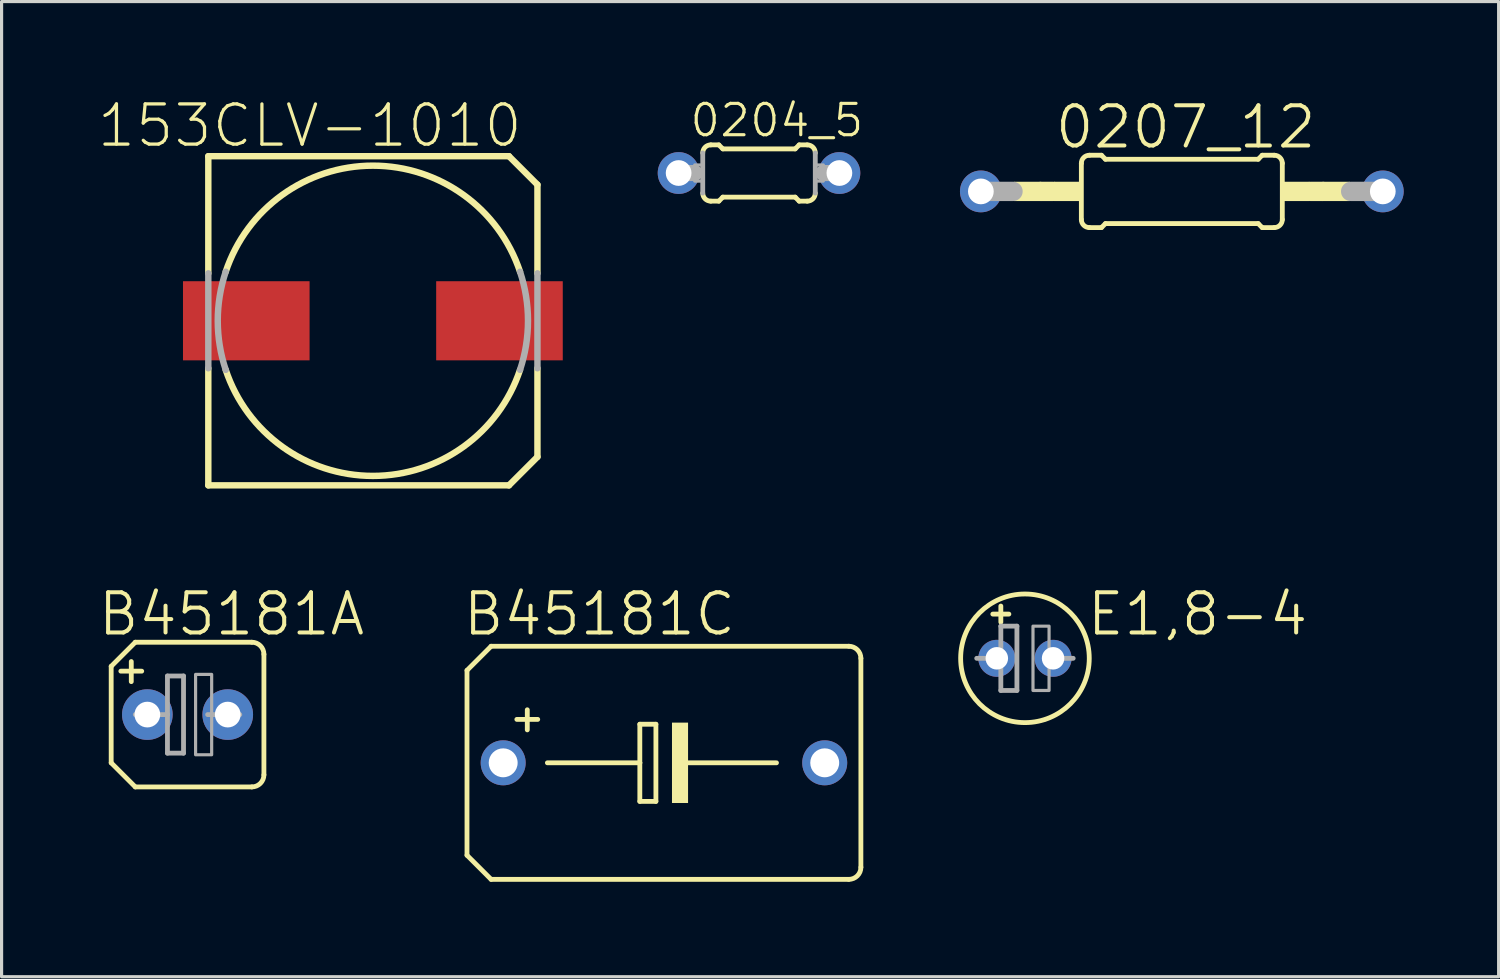
<source format=kicad_pcb>
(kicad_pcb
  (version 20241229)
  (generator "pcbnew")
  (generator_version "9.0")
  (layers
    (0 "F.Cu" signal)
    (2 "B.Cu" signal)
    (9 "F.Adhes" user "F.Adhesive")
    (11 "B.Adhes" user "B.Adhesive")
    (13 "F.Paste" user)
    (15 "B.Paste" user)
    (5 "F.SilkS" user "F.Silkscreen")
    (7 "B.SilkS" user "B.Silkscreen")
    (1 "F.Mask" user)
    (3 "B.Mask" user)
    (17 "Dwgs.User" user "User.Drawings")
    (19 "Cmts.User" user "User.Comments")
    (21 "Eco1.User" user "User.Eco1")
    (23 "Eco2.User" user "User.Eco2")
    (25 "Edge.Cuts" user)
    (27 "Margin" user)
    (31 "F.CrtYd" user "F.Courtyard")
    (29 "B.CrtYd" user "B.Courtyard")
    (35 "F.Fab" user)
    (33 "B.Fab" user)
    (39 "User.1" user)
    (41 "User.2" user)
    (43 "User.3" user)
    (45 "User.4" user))
  (footprint "0204_5"
    (layer "F.Cu")
    (at 20.933 2.417)
    (property "Reference" "0204_5" (at 0.564 -1.664 0) (layer "F.SilkS") (effects (font (size 0.991 0.991) (thickness 0.099))))
    (attr through_hole)
    (fp_line (start -1.524 -0.889) (end -1.27 -0.889) (stroke (width 0.152) (type solid)) (layer "F.SilkS"))
    (fp_line (start -1.524 0.889) (end -1.27 0.889) (stroke (width 0.152) (type solid)) (layer "F.SilkS"))
    (fp_line (start -1.143 -0.762) (end -1.27 -0.889) (stroke (width 0.152) (type solid)) (layer "F.SilkS"))
    (fp_line (start -1.143 0.762) (end -1.27 0.889) (stroke (width 0.152) (type solid)) (layer "F.SilkS"))
    (fp_line (start 1.143 -0.762) (end -1.143 -0.762) (stroke (width 0.152) (type solid)) (layer "F.SilkS"))
    (fp_line (start 1.143 -0.762) (end 1.27 -0.889) (stroke (width 0.152) (type solid)) (layer "F.SilkS"))
    (fp_line (start 1.143 0.762) (end -1.143 0.762) (stroke (width 0.152) (type solid)) (layer "F.SilkS"))
    (fp_line (start 1.143 0.762) (end 1.27 0.889) (stroke (width 0.152) (type solid)) (layer "F.SilkS"))
    (fp_line (start 1.524 -0.889) (end 1.27 -0.889) (stroke (width 0.152) (type solid)) (layer "F.SilkS"))
    (fp_line (start 1.524 0.889) (end 1.27 0.889) (stroke (width 0.152) (type solid)) (layer "F.SilkS"))
    (fp_arc (start -1.778 -0.635) (mid -1.703605 -0.814605) (end -1.524 -0.889) (stroke (width 0.1524) (type solid)) (layer "F.SilkS"))
    (fp_arc (start -1.524 0.889) (mid -1.703605 0.814605) (end -1.778 0.635) (stroke (width 0.1524) (type solid)) (layer "F.SilkS"))
    (fp_arc (start 1.524 -0.889) (mid 1.703605 -0.814605) (end 1.778 -0.635) (stroke (width 0.1524) (type solid)) (layer "F.SilkS"))
    (fp_arc (start 1.778 0.635) (mid 1.703605 0.814605) (end 1.524 0.889) (stroke (width 0.1524) (type solid)) (layer "F.SilkS"))
    (fp_line (start -2.54 0) (end -2.032 0) (stroke (width 0.508) (type solid)) (layer "F.Fab"))
    (fp_line (start -1.778 0.635) (end -1.778 -0.635) (stroke (width 0.152) (type solid)) (layer "F.Fab"))
    (fp_line (start 1.778 0.635) (end 1.778 -0.635) (stroke (width 0.152) (type solid)) (layer "F.Fab"))
    (fp_line (start 2.54 0) (end 2.032 0) (stroke (width 0.508) (type solid)) (layer "F.Fab"))
    (fp_poly (pts (xy -2.032 -0.254) (xy -1.778 -0.254) (xy -1.778 0.254) (xy -2.032 0.254)) (stroke (width 0.1) (type solid)) (fill no) (layer "F.Fab"))
    (fp_poly (pts (xy 1.778 -0.254) (xy 2.032 -0.254) (xy 2.032 0.254) (xy 1.778 0.254)) (stroke (width 0.1) (type solid)) (fill no) (layer "F.Fab"))
    (pad "1" thru_hole circle (at -2.54 0) (size 1.321 1.321) (drill 0.813) (layers "*.Cu" "*.Mask"))
    (pad "2" thru_hole circle (at 2.54 0) (size 1.321 1.321) (drill 0.813) (layers "*.Cu" "*.Mask")))
  (footprint "153CLV-1010"
    (layer "F.Cu")
    (at 8.732 7.086)
    (property "Reference" "153CLV-1010" (at -1.994 -6.165 0) (layer "F.SilkS") (effects (font (size 1.27 1.27) (thickness 0.102))))
    (attr through_hole)
    (fp_line (start -5.2 -5.2) (end 4.3 -5.2) (stroke (width 0.203) (type solid)) (layer "F.SilkS"))
    (fp_line (start -5.2 -1.5) (end -5.2 -5.2) (stroke (width 0.203) (type solid)) (layer "F.SilkS"))
    (fp_line (start -5.2 5.2) (end -5.2 1.5) (stroke (width 0.203) (type solid)) (layer "F.SilkS"))
    (fp_line (start 4.3 -5.2) (end 5.2 -4.3) (stroke (width 0.203) (type solid)) (layer "F.SilkS"))
    (fp_line (start 4.3 5.2) (end -5.2 5.2) (stroke (width 0.203) (type solid)) (layer "F.SilkS"))
    (fp_line (start 5.2 -4.3) (end 5.2 -1.5) (stroke (width 0.203) (type solid)) (layer "F.SilkS"))
    (fp_line (start 5.2 1.5) (end 5.2 4.3) (stroke (width 0.203) (type solid)) (layer "F.SilkS"))
    (fp_line (start 5.2 4.3) (end 4.3 5.2) (stroke (width 0.203) (type solid)) (layer "F.SilkS"))
    (fp_arc (start -4.65 -1.55) (mid 0 -4.90153) (end 4.65 -1.55) (stroke (width 0.2032) (type solid)) (layer "F.SilkS"))
    (fp_arc (start 4.65 1.55) (mid 0 4.90153) (end -4.65 1.55) (stroke (width 0.2032) (type solid)) (layer "F.SilkS"))
    (fp_line (start -5.2 1.5) (end -5.2 -1.5) (stroke (width 0.203) (type solid)) (layer "F.Fab"))
    (fp_line (start 5.2 -1.5) (end 5.2 1.5) (stroke (width 0.203) (type solid)) (layer "F.Fab"))
    (fp_arc (start -4.65 1.55) (mid -4.90153 0) (end -4.65 -1.55) (stroke (width 0.2032) (type solid)) (layer "F.Fab"))
    (fp_arc (start 4.65 -1.55) (mid 4.90153 0) (end 4.65 1.55) (stroke (width 0.2032) (type solid)) (layer "F.Fab"))
    (pad "+" smd rect (at 4 0) (size 4 2.5) (layers "F.Cu" "F.Mask" "F.Paste"))
    (pad "-" smd rect (at -4 0) (size 4 2.5) (layers "F.Cu" "F.Mask" "F.Paste")))
  (footprint "B45181C"
    (layer "F.Cu")
    (at 17.929 21.053)
    (property "Reference" "B45181C" (at -2.038 -4.699 0) (layer "F.SilkS") (effects (font (size 1.27 1.27) (thickness 0.127))))
    (attr through_hole)
    (fp_line (start -6.223 -2.921) (end -6.223 2.921) (stroke (width 0.152) (type solid)) (layer "F.SilkS"))
    (fp_line (start -6.223 -2.921) (end -5.461 -3.683) (stroke (width 0.152) (type solid)) (layer "F.SilkS"))
    (fp_line (start -5.461 3.683) (end -6.223 2.921) (stroke (width 0.152) (type solid)) (layer "F.SilkS"))
    (fp_line (start -5.461 3.683) (end 5.842 3.683) (stroke (width 0.152) (type solid)) (layer "F.SilkS"))
    (fp_line (start -4.318 -1.676) (end -4.318 -1.041) (stroke (width 0.152) (type solid)) (layer "F.SilkS"))
    (fp_line (start -3.988 -1.372) (end -4.648 -1.372) (stroke (width 0.152) (type solid)) (layer "F.SilkS"))
    (fp_line (start -3.683 0) (end -0.762 0) (stroke (width 0.152) (type solid)) (layer "F.SilkS"))
    (fp_line (start -0.762 -1.219) (end -0.762 0) (stroke (width 0.152) (type solid)) (layer "F.SilkS"))
    (fp_line (start -0.762 0) (end -0.762 1.219) (stroke (width 0.152) (type solid)) (layer "F.SilkS"))
    (fp_line (start -0.762 1.219) (end -0.254 1.219) (stroke (width 0.152) (type solid)) (layer "F.SilkS"))
    (fp_line (start -0.254 -1.219) (end -0.762 -1.219) (stroke (width 0.152) (type solid)) (layer "F.SilkS"))
    (fp_line (start -0.254 1.219) (end -0.254 -1.219) (stroke (width 0.152) (type solid)) (layer "F.SilkS"))
    (fp_line (start 0.635 0) (end 3.556 0) (stroke (width 0.152) (type solid)) (layer "F.SilkS"))
    (fp_line (start 5.842 -3.683) (end -5.461 -3.683) (stroke (width 0.152) (type solid)) (layer "F.SilkS"))
    (fp_line (start 6.223 -3.302) (end 6.223 3.302) (stroke (width 0.152) (type solid)) (layer "F.SilkS"))
    (fp_arc (start 5.842 -3.683) (mid 6.111408 -3.571408) (end 6.223 -3.302) (stroke (width 0.1524) (type solid)) (layer "F.SilkS"))
    (fp_arc (start 6.223 3.302) (mid 6.111408 3.571408) (end 5.842 3.683) (stroke (width 0.1524) (type solid)) (layer "F.SilkS"))
    (fp_poly (pts (xy 0.254 -1.27) (xy 0.762 -1.27) (xy 0.762 1.27) (xy 0.254 1.27)) (stroke (width 0) (type solid)) (fill yes) (layer "F.SilkS"))
    (pad "+" thru_hole circle (at -5.08 0) (size 1.422 1.422) (drill 0.914) (layers "*.Cu" "*.Mask"))
    (pad "-" thru_hole circle (at 5.08 0) (size 1.422 1.422) (drill 0.914) (layers "*.Cu" "*.Mask")))
  (footprint "0207_12"
    (layer "F.Cu")
    (at 34.293 2.998)
    (property "Reference" "0207_12" (at 0.121 -2.032 0) (layer "F.SilkS") (effects (font (size 1.27 1.27) (thickness 0.127))))
    (attr through_hole)
    (fp_line (start -4.445 0) (end -4.064 0) (stroke (width 0.61) (type solid)) (layer "F.SilkS"))
    (fp_line (start -3.175 0.889) (end -3.175 -0.889) (stroke (width 0.152) (type solid)) (layer "F.SilkS"))
    (fp_line (start -2.921 -1.143) (end -2.54 -1.143) (stroke (width 0.152) (type solid)) (layer "F.SilkS"))
    (fp_line (start -2.921 1.143) (end -2.54 1.143) (stroke (width 0.152) (type solid)) (layer "F.SilkS"))
    (fp_line (start -2.413 -1.016) (end -2.54 -1.143) (stroke (width 0.152) (type solid)) (layer "F.SilkS"))
    (fp_line (start -2.413 1.016) (end -2.54 1.143) (stroke (width 0.152) (type solid)) (layer "F.SilkS"))
    (fp_line (start 2.413 -1.016) (end -2.413 -1.016) (stroke (width 0.152) (type solid)) (layer "F.SilkS"))
    (fp_line (start 2.413 -1.016) (end 2.54 -1.143) (stroke (width 0.152) (type solid)) (layer "F.SilkS"))
    (fp_line (start 2.413 1.016) (end -2.413 1.016) (stroke (width 0.152) (type solid)) (layer "F.SilkS"))
    (fp_line (start 2.413 1.016) (end 2.54 1.143) (stroke (width 0.152) (type solid)) (layer "F.SilkS"))
    (fp_line (start 2.921 -1.143) (end 2.54 -1.143) (stroke (width 0.152) (type solid)) (layer "F.SilkS"))
    (fp_line (start 2.921 1.143) (end 2.54 1.143) (stroke (width 0.152) (type solid)) (layer "F.SilkS"))
    (fp_line (start 3.175 0.889) (end 3.175 -0.889) (stroke (width 0.152) (type solid)) (layer "F.SilkS"))
    (fp_line (start 4.445 0) (end 4.064 0) (stroke (width 0.61) (type solid)) (layer "F.SilkS"))
    (fp_arc (start -3.175 -0.889) (mid -3.100605 -1.068605) (end -2.921 -1.143) (stroke (width 0.1524) (type solid)) (layer "F.SilkS"))
    (fp_arc (start -2.921 1.143) (mid -3.100605 1.068605) (end -3.175 0.889) (stroke (width 0.1524) (type solid)) (layer "F.SilkS"))
    (fp_arc (start 2.921 -1.143) (mid 3.100605 -1.068605) (end 3.175 -0.889) (stroke (width 0.1524) (type solid)) (layer "F.SilkS"))
    (fp_arc (start 3.175 0.889) (mid 3.100605 1.068605) (end 2.921 1.143) (stroke (width 0.1524) (type solid)) (layer "F.SilkS"))
    (fp_poly (pts (xy -5.309 -0.305) (xy -4.445 -0.305) (xy -4.445 0.305) (xy -5.309 0.305)) (stroke (width 0) (type solid)) (fill yes) (layer "F.SilkS"))
    (fp_poly (pts (xy -4.039 -0.305) (xy -3.175 -0.305) (xy -3.175 0.305) (xy -4.039 0.305)) (stroke (width 0) (type solid)) (fill yes) (layer "F.SilkS"))
    (fp_poly (pts (xy 3.175 -0.305) (xy 4.039 -0.305) (xy 4.039 0.305) (xy 3.175 0.305)) (stroke (width 0) (type solid)) (fill yes) (layer "F.SilkS"))
    (fp_poly (pts (xy 4.445 -0.305) (xy 5.309 -0.305) (xy 5.309 0.305) (xy 4.445 0.305)) (stroke (width 0) (type solid)) (fill yes) (layer "F.SilkS"))
    (fp_line (start -6.35 0) (end -5.334 0) (stroke (width 0.61) (type solid)) (layer "F.Fab"))
    (fp_line (start 6.35 0) (end 5.334 0) (stroke (width 0.61) (type solid)) (layer "F.Fab"))
    (pad "1" thru_hole circle (at -6.35 0) (size 1.321 1.321) (drill 0.813) (layers "*.Cu" "*.Mask"))
    (pad "2" thru_hole circle (at 6.35 0) (size 1.321 1.321) (drill 0.813) (layers "*.Cu" "*.Mask")))
  (footprint "E1,8-4"
    (layer "F.Cu")
    (at 29.336 17.751)
    (property "Reference" "E1,8-4" (at 5.455 -1.397 0) (layer "F.SilkS") (effects (font (size 1.27 1.27) (thickness 0.127))))
    (attr through_hole)
    (fp_line (start -1.016 -1.397) (end -0.508 -1.397) (stroke (width 0.152) (type solid)) (layer "F.SilkS"))
    (fp_line (start -0.762 -1.143) (end -0.762 -1.651) (stroke (width 0.152) (type solid)) (layer "F.SilkS"))
    (fp_circle (center 0 0) (end 2.032 0) (stroke (width 0.152) (type solid)) (fill no) (layer "F.SilkS"))
    (fp_line (start -1.524 0) (end -0.762 0) (stroke (width 0.152) (type solid)) (layer "F.Fab"))
    (fp_line (start -0.762 -1.016) (end -0.762 0) (stroke (width 0.152) (type solid)) (layer "F.Fab"))
    (fp_line (start -0.762 0) (end -0.762 1.016) (stroke (width 0.152) (type solid)) (layer "F.Fab"))
    (fp_line (start -0.762 1.016) (end -0.254 1.016) (stroke (width 0.152) (type solid)) (layer "F.Fab"))
    (fp_line (start -0.254 -1.016) (end -0.762 -1.016) (stroke (width 0.152) (type solid)) (layer "F.Fab"))
    (fp_line (start -0.254 1.016) (end -0.254 -1.016) (stroke (width 0.152) (type solid)) (layer "F.Fab"))
    (fp_line (start 0.635 0) (end 1.524 0) (stroke (width 0.152) (type solid)) (layer "F.Fab"))
    (fp_poly (pts (xy 0.254 -1.016) (xy 0.762 -1.016) (xy 0.762 1.016) (xy 0.254 1.016)) (stroke (width 0.1) (type solid)) (fill no) (layer "F.Fab"))
    (pad "+" thru_hole circle (at -0.889 0) (size 1.168 1.168) (drill 0.711) (layers "*.Cu" "*.Mask"))
    (pad "-" thru_hole circle (at 0.889 0) (size 1.168 1.168) (drill 0.711) (layers "*.Cu" "*.Mask")))
  (footprint "B45181A"
    (layer "F.Cu")
    (at 2.876 19.529)
    (property "Reference" "B45181A" (at 1.391 -3.175 0) (layer "F.SilkS") (effects (font (size 1.27 1.27) (thickness 0.127))))
    (attr through_hole)
    (fp_line (start -2.413 -1.524) (end -2.413 1.524) (stroke (width 0.152) (type solid)) (layer "F.SilkS"))
    (fp_line (start -2.413 -1.524) (end -1.651 -2.286) (stroke (width 0.152) (type solid)) (layer "F.SilkS"))
    (fp_line (start -1.778 -1.676) (end -1.778 -1.041) (stroke (width 0.152) (type solid)) (layer "F.SilkS"))
    (fp_line (start -1.651 2.286) (end -2.413 1.524) (stroke (width 0.152) (type solid)) (layer "F.SilkS"))
    (fp_line (start -1.651 2.286) (end 2.032 2.286) (stroke (width 0.152) (type solid)) (layer "F.SilkS"))
    (fp_line (start -1.448 -1.372) (end -2.108 -1.372) (stroke (width 0.152) (type solid)) (layer "F.SilkS"))
    (fp_line (start 2.032 -2.286) (end -1.651 -2.286) (stroke (width 0.152) (type solid)) (layer "F.SilkS"))
    (fp_line (start 2.413 -1.905) (end 2.413 1.905) (stroke (width 0.152) (type solid)) (layer "F.SilkS"))
    (fp_arc (start 2.032 -2.286) (mid 2.301408 -2.174408) (end 2.413 -1.905) (stroke (width 0.1524) (type solid)) (layer "F.SilkS"))
    (fp_arc (start 2.413 1.905) (mid 2.301408 2.174408) (end 2.032 2.286) (stroke (width 0.1524) (type solid)) (layer "F.SilkS"))
    (fp_line (start -1.651 0) (end -0.635 0) (stroke (width 0.152) (type solid)) (layer "F.Fab"))
    (fp_line (start -0.635 -1.219) (end -0.635 0) (stroke (width 0.152) (type solid)) (layer "F.Fab"))
    (fp_line (start -0.635 0) (end -0.635 1.219) (stroke (width 0.152) (type solid)) (layer "F.Fab"))
    (fp_line (start -0.635 1.219) (end -0.127 1.219) (stroke (width 0.152) (type solid)) (layer "F.Fab"))
    (fp_line (start -0.127 -1.219) (end -0.635 -1.219) (stroke (width 0.152) (type solid)) (layer "F.Fab"))
    (fp_line (start -0.127 1.219) (end -0.127 -1.219) (stroke (width 0.152) (type solid)) (layer "F.Fab"))
    (fp_line (start 0.635 0) (end 1.651 0) (stroke (width 0.152) (type solid)) (layer "F.Fab"))
    (fp_poly (pts (xy 0.254 -1.27) (xy 0.762 -1.27) (xy 0.762 1.27) (xy 0.254 1.27)) (stroke (width 0.1) (type solid)) (fill no) (layer "F.Fab"))
    (pad "+" thru_hole circle (at -1.27 0) (size 1.6 1.6) (drill 0.813) (layers "*.Cu" "*.Mask"))
    (pad "-" thru_hole circle (at 1.27 0) (size 1.6 1.6) (drill 0.813) (layers "*.Cu" "*.Mask")))
  (gr_rect
    (start -3 -3)
    (end 44.303 27.812)
    (stroke (width 0.1) (type default))
    (fill no)
    (layer "Edge.Cuts")))
</source>
